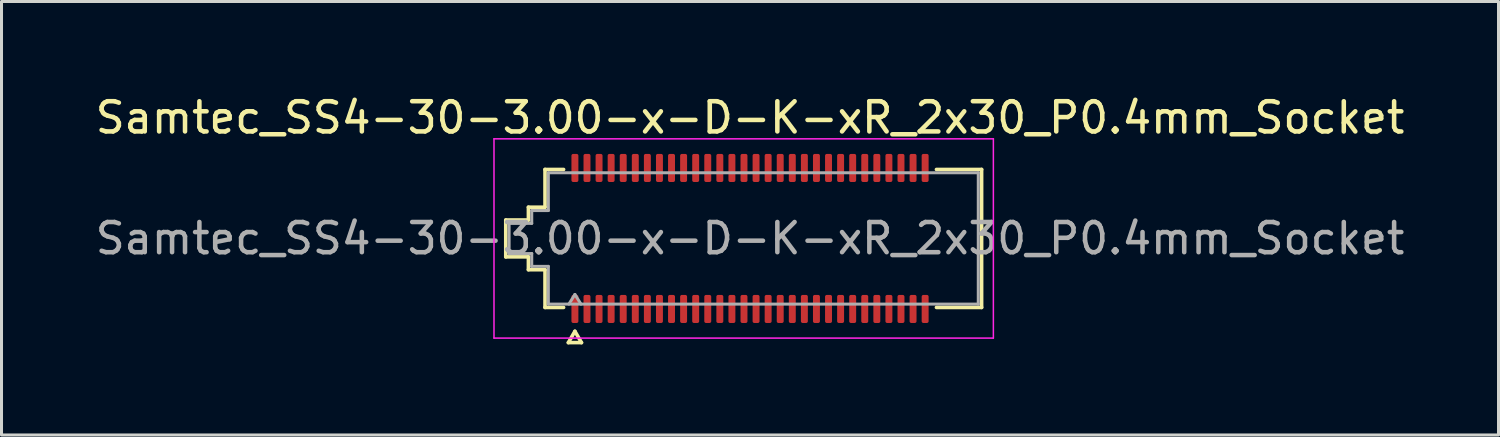
<source format=kicad_pcb>
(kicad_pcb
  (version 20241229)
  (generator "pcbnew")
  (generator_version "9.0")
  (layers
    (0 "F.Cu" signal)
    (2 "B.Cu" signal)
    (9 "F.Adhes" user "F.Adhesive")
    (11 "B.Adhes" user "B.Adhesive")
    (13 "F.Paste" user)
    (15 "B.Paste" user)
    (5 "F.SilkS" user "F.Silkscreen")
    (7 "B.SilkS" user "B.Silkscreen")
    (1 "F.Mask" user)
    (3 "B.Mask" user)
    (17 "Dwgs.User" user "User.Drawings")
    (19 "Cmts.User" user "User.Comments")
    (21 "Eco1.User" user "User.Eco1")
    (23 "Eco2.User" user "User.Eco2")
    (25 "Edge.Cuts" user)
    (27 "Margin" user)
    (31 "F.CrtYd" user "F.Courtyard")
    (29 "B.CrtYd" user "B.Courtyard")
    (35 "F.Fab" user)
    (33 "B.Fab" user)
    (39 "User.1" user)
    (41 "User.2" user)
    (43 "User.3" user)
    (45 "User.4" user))
  (footprint "Samtec_SS4-30-3.00-x-D-K-xR_2x30_P0.4mm_Socket"
    (layer "F.Cu")
    (at 21.792 4.848)
    (property "Reference" "Samtec_SS4-30-3.00-x-D-K-xR_2x30_P0.4mm_Socket" (at 0 -4 0) (layer "F.SilkS") (effects (font (size 1 1) (thickness 0.15))))
    (attr smd)
    (fp_line (start -8.09 -0.61) (end -7.34 -0.61) (stroke (width 0.12) (type solid)) (layer "F.SilkS"))
    (fp_line (start -8.09 0.61) (end -8.09 -0.61) (stroke (width 0.12) (type solid)) (layer "F.SilkS"))
    (fp_line (start -7.34 -1.035) (end -6.79 -1.035) (stroke (width 0.12) (type solid)) (layer "F.SilkS"))
    (fp_line (start -7.34 -0.61) (end -7.34 -1.035) (stroke (width 0.12) (type solid)) (layer "F.SilkS"))
    (fp_line (start -7.34 0.61) (end -8.09 0.61) (stroke (width 0.12) (type solid)) (layer "F.SilkS"))
    (fp_line (start -7.34 1.035) (end -7.34 0.61) (stroke (width 0.12) (type solid)) (layer "F.SilkS"))
    (fp_line (start -6.79 -2.285) (end -6.175 -2.285) (stroke (width 0.12) (type solid)) (layer "F.SilkS"))
    (fp_line (start -6.79 -1.035) (end -6.79 -2.285) (stroke (width 0.12) (type solid)) (layer "F.SilkS"))
    (fp_line (start -6.79 1.035) (end -7.34 1.035) (stroke (width 0.12) (type solid)) (layer "F.SilkS"))
    (fp_line (start -6.79 2.285) (end -6.79 1.035) (stroke (width 0.12) (type solid)) (layer "F.SilkS"))
    (fp_line (start -6.175 2.285) (end -6.79 2.285) (stroke (width 0.12) (type solid)) (layer "F.SilkS"))
    (fp_line (start -6.017 3.45) (end -5.8 3.075) (stroke (width 0.12) (type solid)) (layer "F.SilkS"))
    (fp_line (start -5.8 3.075) (end -5.583 3.45) (stroke (width 0.12) (type solid)) (layer "F.SilkS"))
    (fp_line (start -5.583 3.45) (end -6.017 3.45) (stroke (width 0.12) (type solid)) (layer "F.SilkS"))
    (fp_line (start 6.175 -2.285) (end 7.67 -2.285) (stroke (width 0.12) (type solid)) (layer "F.SilkS"))
    (fp_line (start 7.67 -2.285) (end 7.67 2.285) (stroke (width 0.12) (type solid)) (layer "F.SilkS"))
    (fp_line (start 7.67 2.285) (end 6.175 2.285) (stroke (width 0.12) (type solid)) (layer "F.SilkS"))
    (fp_line (start -8.48 -3.3) (end -8.48 3.3) (stroke (width 0.05) (type solid)) (layer "F.CrtYd"))
    (fp_line (start -8.48 3.3) (end 8.06 3.3) (stroke (width 0.05) (type solid)) (layer "F.CrtYd"))
    (fp_line (start 8.06 -3.3) (end -8.48 -3.3) (stroke (width 0.05) (type solid)) (layer "F.CrtYd"))
    (fp_line (start 8.06 3.3) (end 8.06 -3.3) (stroke (width 0.05) (type solid)) (layer "F.CrtYd"))
    (fp_line (start -7.98 -0.5) (end -7.23 -0.5) (stroke (width 0.1) (type solid)) (layer "F.Fab"))
    (fp_line (start -7.98 0.5) (end -7.98 -0.5) (stroke (width 0.1) (type solid)) (layer "F.Fab"))
    (fp_line (start -7.23 -0.925) (end -6.68 -0.925) (stroke (width 0.1) (type solid)) (layer "F.Fab"))
    (fp_line (start -7.23 -0.5) (end -7.23 -0.925) (stroke (width 0.1) (type solid)) (layer "F.Fab"))
    (fp_line (start -7.23 0.5) (end -7.98 0.5) (stroke (width 0.1) (type solid)) (layer "F.Fab"))
    (fp_line (start -7.23 0.925) (end -7.23 0.5) (stroke (width 0.1) (type solid)) (layer "F.Fab"))
    (fp_line (start -6.68 -2.175) (end 7.56 -2.175) (stroke (width 0.1) (type solid)) (layer "F.Fab"))
    (fp_line (start -6.68 -0.925) (end -6.68 -2.175) (stroke (width 0.1) (type solid)) (layer "F.Fab"))
    (fp_line (start -6.68 0.925) (end -7.23 0.925) (stroke (width 0.1) (type solid)) (layer "F.Fab"))
    (fp_line (start -6.68 2.175) (end -6.68 0.925) (stroke (width 0.1) (type solid)) (layer "F.Fab"))
    (fp_line (start -6 2.175) (end -5.8 1.855) (stroke (width 0.1) (type solid)) (layer "F.Fab"))
    (fp_line (start -5.8 1.855) (end -5.6 2.175) (stroke (width 0.1) (type solid)) (layer "F.Fab"))
    (fp_line (start 7.56 -2.175) (end 7.56 2.175) (stroke (width 0.1) (type solid)) (layer "F.Fab"))
    (fp_line (start 7.56 2.175) (end -6.68 2.175) (stroke (width 0.1) (type solid)) (layer "F.Fab"))
    (fp_text user "${REFERENCE}" (at 0 0 0) (layer "F.Fab") (effects (font (size 1 1) (thickness 0.15))))
    (pad "1" smd roundrect (at -5.8 2.335) (size 0.23 0.93) (layers "F.Cu" "F.Mask" "F.Paste") (roundrect_rratio 0.25))
    (pad "2" smd roundrect (at -5.8 -2.335) (size 0.23 0.93) (layers "F.Cu" "F.Mask" "F.Paste") (roundrect_rratio 0.25))
    (pad "3" smd roundrect (at -5.4 2.335) (size 0.23 0.93) (layers "F.Cu" "F.Mask" "F.Paste") (roundrect_rratio 0.25))
    (pad "4" smd roundrect (at -5.4 -2.335) (size 0.23 0.93) (layers "F.Cu" "F.Mask" "F.Paste") (roundrect_rratio 0.25))
    (pad "5" smd roundrect (at -5 2.335) (size 0.23 0.93) (layers "F.Cu" "F.Mask" "F.Paste") (roundrect_rratio 0.25))
    (pad "6" smd roundrect (at -5 -2.335) (size 0.23 0.93) (layers "F.Cu" "F.Mask" "F.Paste") (roundrect_rratio 0.25))
    (pad "7" smd roundrect (at -4.6 2.335) (size 0.23 0.93) (layers "F.Cu" "F.Mask" "F.Paste") (roundrect_rratio 0.25))
    (pad "8" smd roundrect (at -4.6 -2.335) (size 0.23 0.93) (layers "F.Cu" "F.Mask" "F.Paste") (roundrect_rratio 0.25))
    (pad "9" smd roundrect (at -4.2 2.335) (size 0.23 0.93) (layers "F.Cu" "F.Mask" "F.Paste") (roundrect_rratio 0.25))
    (pad "10" smd roundrect (at -4.2 -2.335) (size 0.23 0.93) (layers "F.Cu" "F.Mask" "F.Paste") (roundrect_rratio 0.25))
    (pad "11" smd roundrect (at -3.8 2.335) (size 0.23 0.93) (layers "F.Cu" "F.Mask" "F.Paste") (roundrect_rratio 0.25))
    (pad "12" smd roundrect (at -3.8 -2.335) (size 0.23 0.93) (layers "F.Cu" "F.Mask" "F.Paste") (roundrect_rratio 0.25))
    (pad "13" smd roundrect (at -3.4 2.335) (size 0.23 0.93) (layers "F.Cu" "F.Mask" "F.Paste") (roundrect_rratio 0.25))
    (pad "14" smd roundrect (at -3.4 -2.335) (size 0.23 0.93) (layers "F.Cu" "F.Mask" "F.Paste") (roundrect_rratio 0.25))
    (pad "15" smd roundrect (at -3 2.335) (size 0.23 0.93) (layers "F.Cu" "F.Mask" "F.Paste") (roundrect_rratio 0.25))
    (pad "16" smd roundrect (at -3 -2.335) (size 0.23 0.93) (layers "F.Cu" "F.Mask" "F.Paste") (roundrect_rratio 0.25))
    (pad "17" smd roundrect (at -2.6 2.335) (size 0.23 0.93) (layers "F.Cu" "F.Mask" "F.Paste") (roundrect_rratio 0.25))
    (pad "18" smd roundrect (at -2.6 -2.335) (size 0.23 0.93) (layers "F.Cu" "F.Mask" "F.Paste") (roundrect_rratio 0.25))
    (pad "19" smd roundrect (at -2.2 2.335) (size 0.23 0.93) (layers "F.Cu" "F.Mask" "F.Paste") (roundrect_rratio 0.25))
    (pad "20" smd roundrect (at -2.2 -2.335) (size 0.23 0.93) (layers "F.Cu" "F.Mask" "F.Paste") (roundrect_rratio 0.25))
    (pad "21" smd roundrect (at -1.8 2.335) (size 0.23 0.93) (layers "F.Cu" "F.Mask" "F.Paste") (roundrect_rratio 0.25))
    (pad "22" smd roundrect (at -1.8 -2.335) (size 0.23 0.93) (layers "F.Cu" "F.Mask" "F.Paste") (roundrect_rratio 0.25))
    (pad "23" smd roundrect (at -1.4 2.335) (size 0.23 0.93) (layers "F.Cu" "F.Mask" "F.Paste") (roundrect_rratio 0.25))
    (pad "24" smd roundrect (at -1.4 -2.335) (size 0.23 0.93) (layers "F.Cu" "F.Mask" "F.Paste") (roundrect_rratio 0.25))
    (pad "25" smd roundrect (at -1 2.335) (size 0.23 0.93) (layers "F.Cu" "F.Mask" "F.Paste") (roundrect_rratio 0.25))
    (pad "26" smd roundrect (at -1 -2.335) (size 0.23 0.93) (layers "F.Cu" "F.Mask" "F.Paste") (roundrect_rratio 0.25))
    (pad "27" smd roundrect (at -0.6 2.335) (size 0.23 0.93) (layers "F.Cu" "F.Mask" "F.Paste") (roundrect_rratio 0.25))
    (pad "28" smd roundrect (at -0.6 -2.335) (size 0.23 0.93) (layers "F.Cu" "F.Mask" "F.Paste") (roundrect_rratio 0.25))
    (pad "29" smd roundrect (at -0.2 2.335) (size 0.23 0.93) (layers "F.Cu" "F.Mask" "F.Paste") (roundrect_rratio 0.25))
    (pad "30" smd roundrect (at -0.2 -2.335) (size 0.23 0.93) (layers "F.Cu" "F.Mask" "F.Paste") (roundrect_rratio 0.25))
    (pad "31" smd roundrect (at 0.2 2.335) (size 0.23 0.93) (layers "F.Cu" "F.Mask" "F.Paste") (roundrect_rratio 0.25))
    (pad "32" smd roundrect (at 0.2 -2.335) (size 0.23 0.93) (layers "F.Cu" "F.Mask" "F.Paste") (roundrect_rratio 0.25))
    (pad "33" smd roundrect (at 0.6 2.335) (size 0.23 0.93) (layers "F.Cu" "F.Mask" "F.Paste") (roundrect_rratio 0.25))
    (pad "34" smd roundrect (at 0.6 -2.335) (size 0.23 0.93) (layers "F.Cu" "F.Mask" "F.Paste") (roundrect_rratio 0.25))
    (pad "35" smd roundrect (at 1 2.335) (size 0.23 0.93) (layers "F.Cu" "F.Mask" "F.Paste") (roundrect_rratio 0.25))
    (pad "36" smd roundrect (at 1 -2.335) (size 0.23 0.93) (layers "F.Cu" "F.Mask" "F.Paste") (roundrect_rratio 0.25))
    (pad "37" smd roundrect (at 1.4 2.335) (size 0.23 0.93) (layers "F.Cu" "F.Mask" "F.Paste") (roundrect_rratio 0.25))
    (pad "38" smd roundrect (at 1.4 -2.335) (size 0.23 0.93) (layers "F.Cu" "F.Mask" "F.Paste") (roundrect_rratio 0.25))
    (pad "39" smd roundrect (at 1.8 2.335) (size 0.23 0.93) (layers "F.Cu" "F.Mask" "F.Paste") (roundrect_rratio 0.25))
    (pad "40" smd roundrect (at 1.8 -2.335) (size 0.23 0.93) (layers "F.Cu" "F.Mask" "F.Paste") (roundrect_rratio 0.25))
    (pad "41" smd roundrect (at 2.2 2.335) (size 0.23 0.93) (layers "F.Cu" "F.Mask" "F.Paste") (roundrect_rratio 0.25))
    (pad "42" smd roundrect (at 2.2 -2.335) (size 0.23 0.93) (layers "F.Cu" "F.Mask" "F.Paste") (roundrect_rratio 0.25))
    (pad "43" smd roundrect (at 2.6 2.335) (size 0.23 0.93) (layers "F.Cu" "F.Mask" "F.Paste") (roundrect_rratio 0.25))
    (pad "44" smd roundrect (at 2.6 -2.335) (size 0.23 0.93) (layers "F.Cu" "F.Mask" "F.Paste") (roundrect_rratio 0.25))
    (pad "45" smd roundrect (at 3 2.335) (size 0.23 0.93) (layers "F.Cu" "F.Mask" "F.Paste") (roundrect_rratio 0.25))
    (pad "46" smd roundrect (at 3 -2.335) (size 0.23 0.93) (layers "F.Cu" "F.Mask" "F.Paste") (roundrect_rratio 0.25))
    (pad "47" smd roundrect (at 3.4 2.335) (size 0.23 0.93) (layers "F.Cu" "F.Mask" "F.Paste") (roundrect_rratio 0.25))
    (pad "48" smd roundrect (at 3.4 -2.335) (size 0.23 0.93) (layers "F.Cu" "F.Mask" "F.Paste") (roundrect_rratio 0.25))
    (pad "49" smd roundrect (at 3.8 2.335) (size 0.23 0.93) (layers "F.Cu" "F.Mask" "F.Paste") (roundrect_rratio 0.25))
    (pad "50" smd roundrect (at 3.8 -2.335) (size 0.23 0.93) (layers "F.Cu" "F.Mask" "F.Paste") (roundrect_rratio 0.25))
    (pad "51" smd roundrect (at 4.2 2.335) (size 0.23 0.93) (layers "F.Cu" "F.Mask" "F.Paste") (roundrect_rratio 0.25))
    (pad "52" smd roundrect (at 4.2 -2.335) (size 0.23 0.93) (layers "F.Cu" "F.Mask" "F.Paste") (roundrect_rratio 0.25))
    (pad "53" smd roundrect (at 4.6 2.335) (size 0.23 0.93) (layers "F.Cu" "F.Mask" "F.Paste") (roundrect_rratio 0.25))
    (pad "54" smd roundrect (at 4.6 -2.335) (size 0.23 0.93) (layers "F.Cu" "F.Mask" "F.Paste") (roundrect_rratio 0.25))
    (pad "55" smd roundrect (at 5 2.335) (size 0.23 0.93) (layers "F.Cu" "F.Mask" "F.Paste") (roundrect_rratio 0.25))
    (pad "56" smd roundrect (at 5 -2.335) (size 0.23 0.93) (layers "F.Cu" "F.Mask" "F.Paste") (roundrect_rratio 0.25))
    (pad "57" smd roundrect (at 5.4 2.335) (size 0.23 0.93) (layers "F.Cu" "F.Mask" "F.Paste") (roundrect_rratio 0.25))
    (pad "58" smd roundrect (at 5.4 -2.335) (size 0.23 0.93) (layers "F.Cu" "F.Mask" "F.Paste") (roundrect_rratio 0.25))
    (pad "59" smd roundrect (at 5.8 2.335) (size 0.23 0.93) (layers "F.Cu" "F.Mask" "F.Paste") (roundrect_rratio 0.25))
    (pad "60" smd roundrect (at 5.8 -2.335) (size 0.23 0.93) (layers "F.Cu" "F.Mask" "F.Paste") (roundrect_rratio 0.25))
    (zone (net_name "") (layer "F.Cu") (name "Via keepout") (hatch edge 0.5) (connect_pads) (min_thickness 0.25) (filled_areas_thickness no) (keepout (tracks not_allowed) (vias not_allowed) (pads allowed) (copperpour not_allowed) (footprints allowed)) (placement (enabled no)) (fill) (polygon (pts (xy 15.877 2.978) (xy 27.707 2.978) (xy 27.707 6.718) (xy 15.877 6.718)))))
  (gr_rect
    (start -3 -3)
    (end 46.583 11.358)
    (stroke (width 0.1) (type default))
    (fill no)
    (layer "Edge.Cuts")))
</source>
